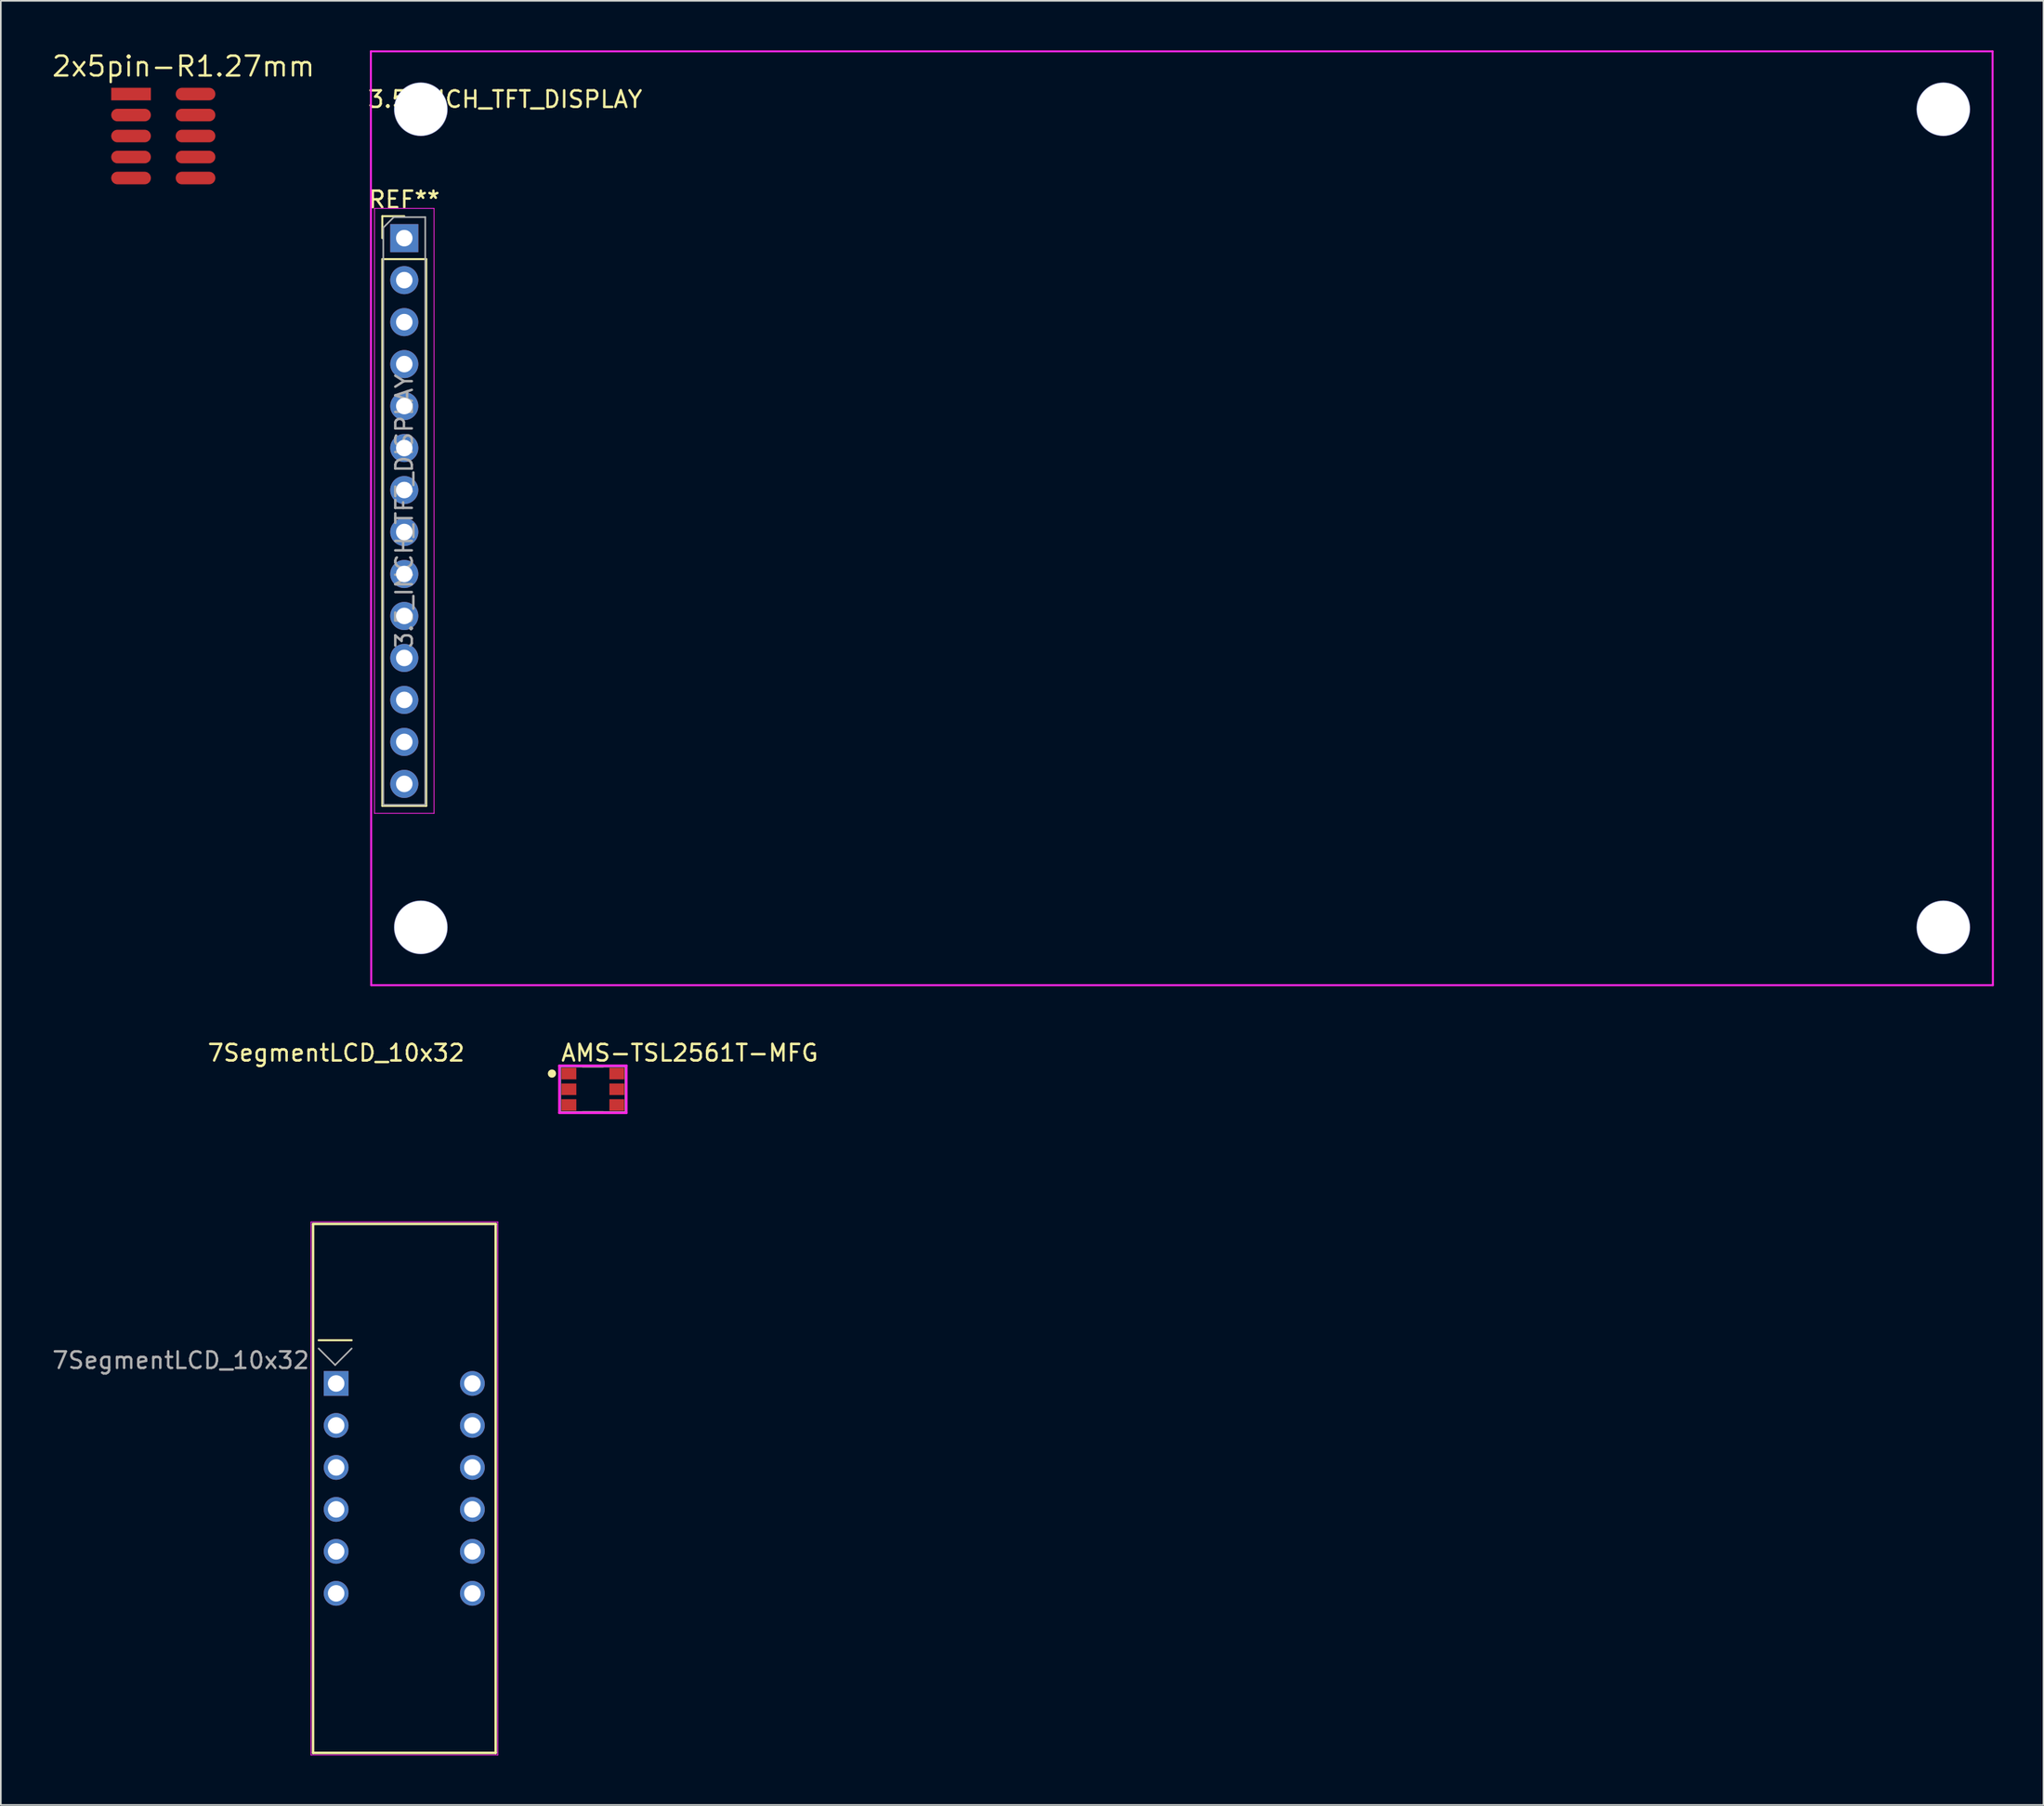
<source format=kicad_pcb>
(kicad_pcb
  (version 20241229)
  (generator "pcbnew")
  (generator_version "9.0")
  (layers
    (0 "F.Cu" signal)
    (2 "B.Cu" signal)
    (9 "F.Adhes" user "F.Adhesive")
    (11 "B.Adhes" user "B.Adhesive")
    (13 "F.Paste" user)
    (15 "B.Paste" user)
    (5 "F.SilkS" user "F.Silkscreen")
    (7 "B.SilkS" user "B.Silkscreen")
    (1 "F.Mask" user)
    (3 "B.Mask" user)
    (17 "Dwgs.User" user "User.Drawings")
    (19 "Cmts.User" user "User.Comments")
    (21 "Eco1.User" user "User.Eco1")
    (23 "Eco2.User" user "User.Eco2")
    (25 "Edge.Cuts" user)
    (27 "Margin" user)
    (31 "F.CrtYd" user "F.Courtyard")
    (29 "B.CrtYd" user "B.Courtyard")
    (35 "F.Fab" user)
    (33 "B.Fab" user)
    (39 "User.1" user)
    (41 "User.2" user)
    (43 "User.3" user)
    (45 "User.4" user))
  (footprint "3.5_INCH_TFT_DISPLAY"
    (layer "F.Cu")
    (at 19.406 56.56)
    (property "Reference" "3.5_INCH_TFT_DISPLAY" (at 8.1 -53.6 0) (layer "F.SilkS") (effects (font (size 1 1) (thickness 0.15))))
    (attr through_hole)
    (fp_line (start 0.67 -46.53) (end 2 -46.53) (stroke (width 0.12) (type solid)) (layer "F.SilkS"))
    (fp_line (start 0.67 -45.2) (end 0.67 -46.53) (stroke (width 0.12) (type solid)) (layer "F.SilkS"))
    (fp_line (start 0.67 -43.93) (end 0.67 -10.85) (stroke (width 0.12) (type solid)) (layer "F.SilkS"))
    (fp_line (start 0.67 -43.93) (end 3.33 -43.93) (stroke (width 0.12) (type solid)) (layer "F.SilkS"))
    (fp_line (start 0.67 -10.85) (end 3.33 -10.85) (stroke (width 0.12) (type solid)) (layer "F.SilkS"))
    (fp_line (start 3.33 -43.93) (end 3.33 -10.85) (stroke (width 0.12) (type solid)) (layer "F.SilkS"))
    (fp_line (start 0 -45.2) (end 3.55 -45.2) (stroke (width 0.12) (type solid)) (layer "Eco1.User"))
    (fp_line (start 0 -3.5) (end 5.5 -3.5) (stroke (width 0.12) (type solid)) (layer "Eco1.User"))
    (fp_line (start 0 0) (end 98.1 -56.5) (stroke (width 0.12) (type solid)) (layer "Eco1.User"))
    (fp_line (start 1.3 -53) (end 5.1 -53) (stroke (width 0.12) (type solid)) (layer "Eco1.User"))
    (fp_line (start 2 -45.55) (end 2 -13.95) (stroke (width 0.12) (type solid)) (layer "Eco1.User"))
    (fp_line (start 3 -56.5) (end 3 -51) (stroke (width 0.12) (type solid)) (layer "Eco1.User"))
    (fp_line (start 3 -1.3) (end 3 -5.1) (stroke (width 0.12) (type solid)) (layer "Eco1.User"))
    (fp_line (start 49.05 -28.25) (end 0.4 -28.25) (stroke (width 0.12) (type solid)) (layer "Eco1.User"))
    (fp_line (start 95.1 -55.2) (end 95.1 -51.4) (stroke (width 0.12) (type solid)) (layer "Eco1.User"))
    (fp_line (start 95.1 0) (end 95.1 -5.5) (stroke (width 0.12) (type solid)) (layer "Eco1.User"))
    (fp_line (start 96.8 -3.5) (end 93 -3.5) (stroke (width 0.12) (type solid)) (layer "Eco1.User"))
    (fp_line (start 98.1 -53) (end 92.6 -53) (stroke (width 0.12) (type solid)) (layer "Eco1.User"))
    (fp_line (start 98.1 0) (end 0 -56.5) (stroke (width 0.12) (type solid)) (layer "Eco1.User"))
    (fp_line (start -0.02 -56.5) (end 0 0) (stroke (width 0.12) (type solid)) (layer "F.CrtYd"))
    (fp_line (start -0.02 -56.5) (end 98.08 -56.5) (stroke (width 0.12) (type solid)) (layer "F.CrtYd"))
    (fp_line (start 0 0) (end 98.1 0) (stroke (width 0.12) (type solid)) (layer "F.CrtYd"))
    (fp_line (start 0.2 -47) (end 0.2 -10.4) (stroke (width 0.05) (type solid)) (layer "F.CrtYd"))
    (fp_line (start 0.2 -10.4) (end 3.8 -10.4) (stroke (width 0.05) (type solid)) (layer "F.CrtYd"))
    (fp_line (start 3.8 -47) (end 0.2 -47) (stroke (width 0.05) (type solid)) (layer "F.CrtYd"))
    (fp_line (start 3.8 -10.4) (end 3.8 -47) (stroke (width 0.05) (type solid)) (layer "F.CrtYd"))
    (fp_line (start 98.1 0) (end 98.08 -56.5) (stroke (width 0.12) (type solid)) (layer "F.CrtYd"))
    (fp_line (start 0.73 -45.835) (end 1.365 -46.47) (stroke (width 0.1) (type solid)) (layer "F.Fab"))
    (fp_line (start 0.73 -10.91) (end 0.73 -45.835) (stroke (width 0.1) (type solid)) (layer "F.Fab"))
    (fp_line (start 1.365 -46.47) (end 3.27 -46.47) (stroke (width 0.1) (type solid)) (layer "F.Fab"))
    (fp_line (start 3.27 -46.47) (end 3.27 -10.91) (stroke (width 0.1) (type solid)) (layer "F.Fab"))
    (fp_line (start 3.27 -10.91) (end 0.73 -10.91) (stroke (width 0.1) (type solid)) (layer "F.Fab"))
    (fp_text user "REF**" (at 2 -47.53 0) (layer "F.SilkS") (effects (font (size 1 1) (thickness 0.15))))
    (fp_text user "${REFERENCE}" (at 2 -28.69 90) (layer "F.Fab") (effects (font (size 1 1) (thickness 0.15))))
    (pad "" np_thru_hole circle (at 3 -53) (size 3.25 3.25) (drill 3.2) (layers "*.Cu" "*.Mask"))
    (pad "" np_thru_hole circle (at 3 -3.5 90) (size 3.25 3.25) (drill 3.2) (layers "*.Cu" "*.Mask"))
    (pad "" np_thru_hole circle (at 95.1 -53 270) (size 3.25 3.25) (drill 3.2) (layers "*.Cu" "*.Mask"))
    (pad "" np_thru_hole circle (at 95.1 -3.5 180) (size 3.25 3.25) (drill 3.2) (layers "*.Cu" "*.Mask"))
    (pad "1" thru_hole rect (at 2 -45.2) (size 1.7 1.7) (drill 1) (layers "*.Cu" "*.Mask"))
    (pad "2" thru_hole oval (at 2 -42.66) (size 1.7 1.7) (drill 1) (layers "*.Cu" "*.Mask"))
    (pad "3" thru_hole oval (at 2 -40.12) (size 1.7 1.7) (drill 1) (layers "*.Cu" "*.Mask"))
    (pad "4" thru_hole oval (at 2 -37.58) (size 1.7 1.7) (drill 1) (layers "*.Cu" "*.Mask"))
    (pad "5" thru_hole oval (at 2 -35.04) (size 1.7 1.7) (drill 1) (layers "*.Cu" "*.Mask"))
    (pad "6" thru_hole oval (at 2 -32.5) (size 1.7 1.7) (drill 1) (layers "*.Cu" "*.Mask"))
    (pad "7" thru_hole oval (at 2 -29.96) (size 1.7 1.7) (drill 1) (layers "*.Cu" "*.Mask"))
    (pad "8" thru_hole oval (at 2 -27.42) (size 1.7 1.7) (drill 1) (layers "*.Cu" "*.Mask"))
    (pad "9" thru_hole oval (at 2 -24.88) (size 1.7 1.7) (drill 1) (layers "*.Cu" "*.Mask"))
    (pad "10" thru_hole oval (at 2 -22.34) (size 1.7 1.7) (drill 1) (layers "*.Cu" "*.Mask"))
    (pad "11" thru_hole oval (at 2 -19.8) (size 1.7 1.7) (drill 1) (layers "*.Cu" "*.Mask"))
    (pad "12" thru_hole oval (at 2 -17.26) (size 1.7 1.7) (drill 1) (layers "*.Cu" "*.Mask"))
    (pad "13" thru_hole oval (at 2 -14.72) (size 1.7 1.7) (drill 1) (layers "*.Cu" "*.Mask"))
    (pad "14" thru_hole oval (at 2 -12.18) (size 1.7 1.7) (drill 1) (layers "*.Cu" "*.Mask")))
  (footprint "2x5pin-R1.27mm"
    (layer "F.Cu")
    (at 6.676 8.331)
    (property "Reference" "2x5pin-R1.27mm" (at 1.372 -7.366 0) (layer "F.SilkS") (effects (font (size 1.2 1.2) (thickness 0.15))))
    (attr through_hole)
    (pad "1" smd rect (at -1.798 -5.69 270) (size 0.76 2.4) (layers "F.Cu" "F.Mask" "F.Paste"))
    (pad "2" smd oval (at -1.798 -4.42 270) (size 0.76 2.4) (layers "F.Cu" "F.Mask" "F.Paste"))
    (pad "3" smd oval (at -1.798 -3.15 270) (size 0.76 2.4) (layers "F.Cu" "F.Mask" "F.Paste"))
    (pad "4" smd oval (at -1.798 -1.88 270) (size 0.76 2.4) (layers "F.Cu" "F.Mask" "F.Paste"))
    (pad "5" smd oval (at -1.798 -0.61 270) (size 0.76 2.4) (layers "F.Cu" "F.Mask" "F.Paste"))
    (pad "6" smd oval (at 2.102 -0.61 270) (size 0.76 2.4) (layers "F.Cu" "F.Mask" "F.Paste"))
    (pad "7" smd oval (at 2.102 -1.88 270) (size 0.76 2.4) (layers "F.Cu" "F.Mask" "F.Paste"))
    (pad "8" smd oval (at 2.102 -3.15 270) (size 0.76 2.4) (layers "F.Cu" "F.Mask" "F.Paste"))
    (pad "9" smd oval (at 2.102 -4.42 270) (size 0.76 2.4) (layers "F.Cu" "F.Mask" "F.Paste"))
    (pad "10" smd oval (at 2.102 -5.69 270) (size 0.76 2.4) (layers "F.Cu" "F.Mask" "F.Paste")))
  (footprint "7SegmentLCD_10x32"
    (layer "F.Cu")
    (at 17.285 80.658)
    (property "Reference" "7SegmentLCD_10x32" (at 0 -20 0) (layer "F.SilkS") (effects (font (size 1 1) (thickness 0.15))))
    (attr through_hole)
    (fp_line (start -1.397 -9.652) (end -1.397 22.352) (stroke (width 0.15) (type solid)) (layer "F.SilkS"))
    (fp_line (start -1.397 -9.652) (end 9.652 -9.652) (stroke (width 0.15) (type solid)) (layer "F.SilkS"))
    (fp_line (start -1.397 22.352) (end 9.652 22.352) (stroke (width 0.15) (type solid)) (layer "F.SilkS"))
    (fp_line (start 0.939 -2.616) (end -1.061 -2.616) (stroke (width 0.12) (type solid)) (layer "F.SilkS"))
    (fp_line (start 9.652 -9.652) (end 9.652 22.352) (stroke (width 0.15) (type solid)) (layer "F.SilkS"))
    (fp_line (start -1.524 -9.779) (end 9.779 -9.779) (stroke (width 0.05) (type solid)) (layer "F.CrtYd"))
    (fp_line (start -1.524 22.479) (end -1.524 -9.779) (stroke (width 0.05) (type solid)) (layer "F.CrtYd"))
    (fp_line (start 9.779 -9.779) (end 9.779 22.479) (stroke (width 0.05) (type solid)) (layer "F.CrtYd"))
    (fp_line (start 9.779 22.479) (end -1.524 22.479) (stroke (width 0.05) (type solid)) (layer "F.CrtYd"))
    (fp_line (start -1.061 -2.116) (end -0.061 -1.116) (stroke (width 0.1) (type solid)) (layer "F.Fab"))
    (fp_line (start -0.061 -1.116) (end 0.939 -2.116) (stroke (width 0.1) (type solid)) (layer "F.Fab"))
    (fp_text user "${REFERENCE}" (at -9.398 -1.397 0) (layer "F.Fab") (effects (font (size 1 1) (thickness 0.15))))
    (pad "1" thru_hole rect (at 0 0) (size 1.5 1.5) (drill 1) (layers "*.Cu" "*.Mask"))
    (pad "2" thru_hole circle (at 0 2.54) (size 1.5 1.5) (drill 1) (layers "*.Cu" "*.Mask"))
    (pad "3" thru_hole circle (at 0 5.08) (size 1.5 1.5) (drill 1) (layers "*.Cu" "*.Mask"))
    (pad "4" thru_hole circle (at 0 7.62) (size 1.5 1.5) (drill 1) (layers "*.Cu" "*.Mask"))
    (pad "5" thru_hole circle (at 0 10.16) (size 1.5 1.5) (drill 1) (layers "*.Cu" "*.Mask"))
    (pad "6" thru_hole circle (at 0 12.7) (size 1.5 1.5) (drill 1) (layers "*.Cu" "*.Mask"))
    (pad "7" thru_hole circle (at 8.24 12.7) (size 1.5 1.5) (drill 1) (layers "*.Cu" "*.Mask"))
    (pad "8" thru_hole circle (at 8.24 10.16) (size 1.5 1.5) (drill 1) (layers "*.Cu" "*.Mask"))
    (pad "9" thru_hole circle (at 8.24 7.62) (size 1.5 1.5) (drill 1) (layers "*.Cu" "*.Mask"))
    (pad "10" thru_hole circle (at 8.24 5.08) (size 1.5 1.5) (drill 1) (layers "*.Cu" "*.Mask"))
    (pad "11" thru_hole circle (at 8.24 2.54) (size 1.5 1.5) (drill 1) (layers "*.Cu" "*.Mask"))
    (pad "12" thru_hole circle (at 8.24 0) (size 1.5 1.5) (drill 1) (layers "*.Cu" "*.Mask")))
  (footprint "AMS-TSL2561T-MFG"
    (layer "F.Cu")
    (at 32.814 62.858)
    (property "Reference" "AMS-TSL2561T-MFG" (at -2 -2.2 0) (layer "F.SilkS") (effects (font (size 1 1) (thickness 0.15)) (justify left)))
    (attr through_hole)
    (fp_line (start -0.625 -1.4) (end 0.625 -1.4) (stroke (width 0.15) (type solid)) (layer "F.SilkS"))
    (fp_line (start -0.625 1.4) (end 0.625 1.4) (stroke (width 0.15) (type solid)) (layer "F.SilkS"))
    (fp_circle (center -2.475 -0.95) (end -2.35 -0.95) (stroke (width 0.25) (type solid)) (fill no) (layer "F.SilkS"))
    (fp_line (start -2.025 -1.425) (end -2.025 1.425) (stroke (width 0.15) (type solid)) (layer "F.CrtYd"))
    (fp_line (start -2.025 1.425) (end 2.025 1.425) (stroke (width 0.15) (type solid)) (layer "F.CrtYd"))
    (fp_line (start 2.025 -1.425) (end -2.025 -1.425) (stroke (width 0.15) (type solid)) (layer "F.CrtYd"))
    (fp_line (start 2.025 -1.425) (end 2.025 -1.425) (stroke (width 0.15) (type solid)) (layer "F.CrtYd"))
    (fp_line (start 2.025 1.425) (end 2.025 -1.425) (stroke (width 0.15) (type solid)) (layer "F.CrtYd"))
    (fp_line (start -2 -1.4) (end 2 -1.4) (stroke (width 0.15) (type solid)) (layer "F.Fab"))
    (fp_line (start -2 1.4) (end -2 -1.4) (stroke (width 0.15) (type solid)) (layer "F.Fab"))
    (fp_line (start 2 -1.4) (end 2 1.4) (stroke (width 0.15) (type solid)) (layer "F.Fab"))
    (fp_line (start 2 1.4) (end -2 1.4) (stroke (width 0.15) (type solid)) (layer "F.Fab"))
    (pad "1" smd rect (at -1.45 -0.95) (size 0.9 0.7) (layers "F.Cu" "F.Mask" "F.Paste"))
    (pad "2" smd rect (at -1.45 0.000001) (size 0.9 0.7) (layers "F.Cu" "F.Mask" "F.Paste"))
    (pad "3" smd rect (at -1.45 0.95) (size 0.9 0.7) (layers "F.Cu" "F.Mask" "F.Paste"))
    (pad "4" smd rect (at 1.45 0.95) (size 0.9 0.7) (layers "F.Cu" "F.Mask" "F.Paste"))
    (pad "5" smd rect (at 1.45 0.000001) (size 0.9 0.7) (layers "F.Cu" "F.Mask" "F.Paste"))
    (pad "6" smd rect (at 1.45 -0.95) (size 0.9 0.7) (layers "F.Cu" "F.Mask" "F.Paste")))
  (gr_rect
    (start -3 -3)
    (end 120.566 106.162)
    (stroke (width 0.1) (type default))
    (fill no)
    (layer "Edge.Cuts")))
</source>
